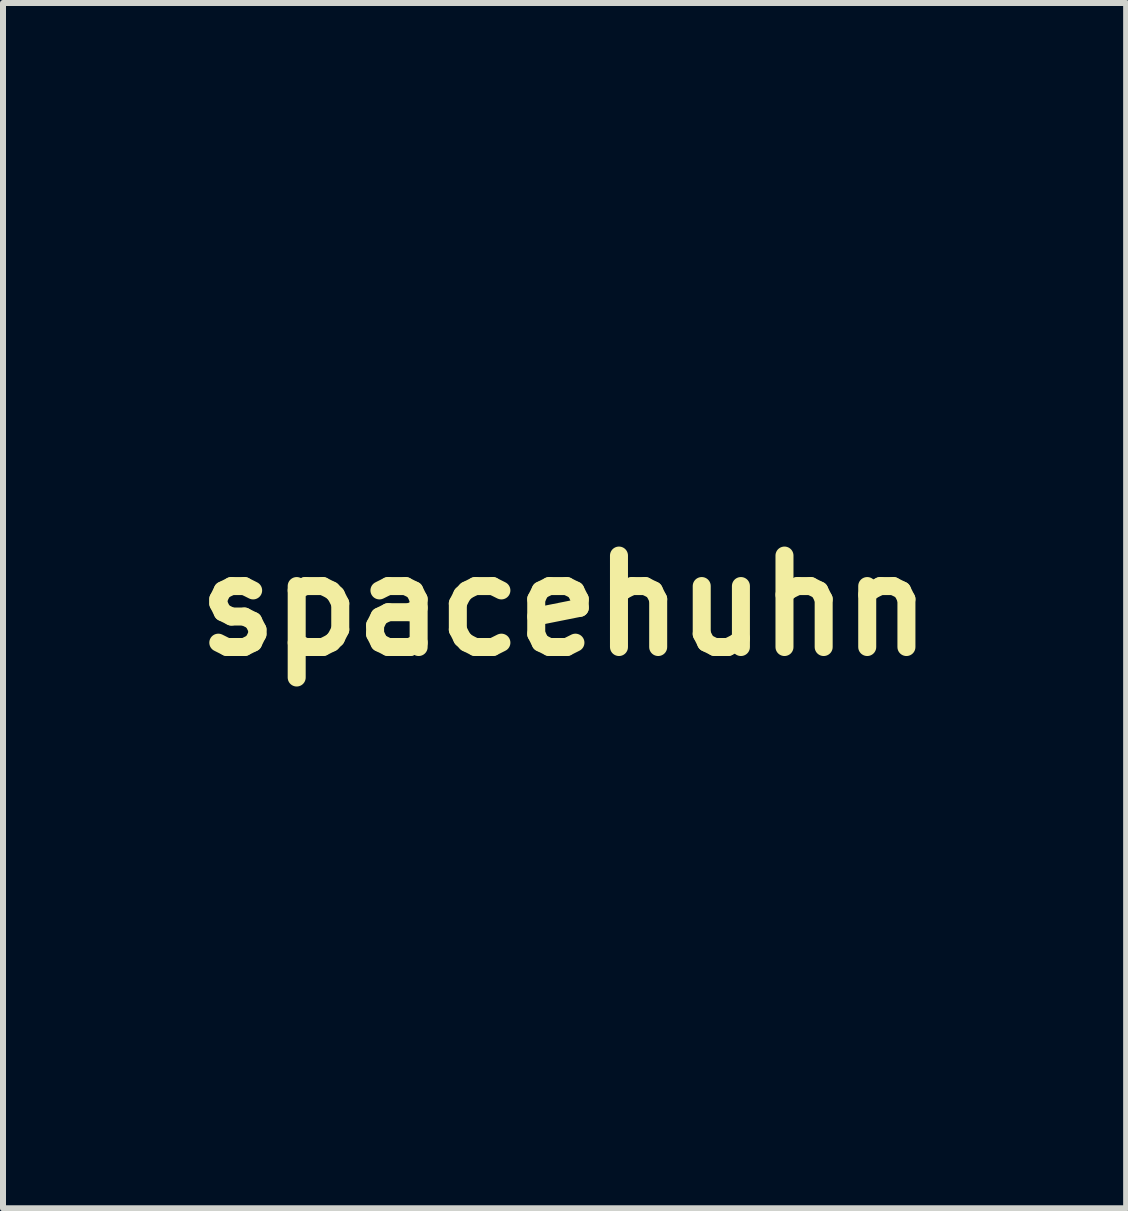
<source format=kicad_pcb>
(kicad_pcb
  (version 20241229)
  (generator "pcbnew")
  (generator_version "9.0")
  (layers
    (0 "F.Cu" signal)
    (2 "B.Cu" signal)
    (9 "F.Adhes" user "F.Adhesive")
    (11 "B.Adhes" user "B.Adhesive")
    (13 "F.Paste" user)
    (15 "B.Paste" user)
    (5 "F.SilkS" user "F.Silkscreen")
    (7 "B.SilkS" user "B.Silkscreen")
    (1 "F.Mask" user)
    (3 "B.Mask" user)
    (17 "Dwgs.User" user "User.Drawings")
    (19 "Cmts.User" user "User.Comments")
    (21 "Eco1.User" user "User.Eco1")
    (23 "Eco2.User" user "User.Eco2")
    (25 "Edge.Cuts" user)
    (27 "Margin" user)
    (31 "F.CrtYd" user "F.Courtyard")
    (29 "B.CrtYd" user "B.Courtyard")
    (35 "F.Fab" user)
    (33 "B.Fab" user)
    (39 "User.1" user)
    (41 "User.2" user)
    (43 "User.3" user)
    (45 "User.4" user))
  (footprint "spacehuhn"
    (layer "F.Cu")
    (at 6.357 7.042)
    (property "Reference" "spacehuhn" (at 0 0 0) (layer "F.SilkS") (effects (font (size 1.524 1.524) (thickness 0.3))))
    (attr through_hole)
    (fp_poly (pts (xy 0.679 -1.625) (xy 0.723 -1.606) (xy 0.757 -1.573) (xy 0.778 -1.529) (xy 0.783 -1.492) (xy 0.774 -1.443) (xy 0.748 -1.402) (xy 0.711 -1.373) (xy 0.667 -1.357) (xy 0.619 -1.357) (xy 0.58 -1.371) (xy 0.548 -1.398) (xy 0.522 -1.438) (xy 0.509 -1.481) (xy 0.508 -1.492) (xy 0.517 -1.535) (xy 0.54 -1.576) (xy 0.572 -1.608) (xy 0.583 -1.614) (xy 0.631 -1.629) (xy 0.679 -1.625)) (stroke (width 0.01) (type solid)) (fill yes) (layer "F.Mask"))
    (fp_poly (pts (xy 1.571 -1.581) (xy 1.605 -1.565) (xy 1.645 -1.529) (xy 1.667 -1.482) (xy 1.672 -1.439) (xy 1.67 -1.409) (xy 1.659 -1.385) (xy 1.636 -1.358) (xy 1.631 -1.353) (xy 1.604 -1.329) (xy 1.582 -1.317) (xy 1.555 -1.313) (xy 1.538 -1.313) (xy 1.489 -1.319) (xy 1.458 -1.335) (xy 1.421 -1.373) (xy 1.402 -1.418) (xy 1.399 -1.465) (xy 1.413 -1.51) (xy 1.442 -1.548) (xy 1.475 -1.57) (xy 1.525 -1.586) (xy 1.571 -1.581)) (stroke (width 0.01) (type solid)) (fill yes) (layer "F.Mask"))
    (fp_poly (pts (xy 2.462 -1.468) (xy 2.486 -1.458) (xy 2.513 -1.435) (xy 2.519 -1.429) (xy 2.544 -1.401) (xy 2.557 -1.378) (xy 2.561 -1.351) (xy 2.561 -1.341) (xy 2.552 -1.29) (xy 2.529 -1.248) (xy 2.494 -1.217) (xy 2.452 -1.199) (xy 2.407 -1.197) (xy 2.362 -1.212) (xy 2.356 -1.216) (xy 2.316 -1.253) (xy 2.293 -1.296) (xy 2.287 -1.341) (xy 2.296 -1.385) (xy 2.32 -1.423) (xy 2.356 -1.452) (xy 2.405 -1.469) (xy 2.434 -1.471) (xy 2.462 -1.468)) (stroke (width 0.01) (type solid)) (fill yes) (layer "F.Mask"))
    (fp_poly (pts (xy 3.351 -1.299) (xy 3.375 -1.288) (xy 3.402 -1.265) (xy 3.408 -1.259) (xy 3.433 -1.231) (xy 3.446 -1.208) (xy 3.45 -1.181) (xy 3.45 -1.172) (xy 3.441 -1.12) (xy 3.417 -1.077) (xy 3.382 -1.046) (xy 3.338 -1.03) (xy 3.291 -1.029) (xy 3.244 -1.047) (xy 3.241 -1.049) (xy 3.202 -1.084) (xy 3.181 -1.126) (xy 3.175 -1.17) (xy 3.185 -1.213) (xy 3.208 -1.252) (xy 3.244 -1.281) (xy 3.291 -1.299) (xy 3.323 -1.302) (xy 3.351 -1.299)) (stroke (width 0.01) (type solid)) (fill yes) (layer "F.Mask"))
    (fp_poly (pts (xy 2.043 -4.609) (xy 2.097 -4.584) (xy 2.139 -4.547) (xy 2.17 -4.5) (xy 2.189 -4.448) (xy 2.194 -4.392) (xy 2.186 -4.337) (xy 2.163 -4.286) (xy 2.125 -4.241) (xy 2.071 -4.206) (xy 2.005 -4.185) (xy 1.943 -4.184) (xy 1.889 -4.2) (xy 1.833 -4.236) (xy 1.793 -4.281) (xy 1.768 -4.333) (xy 1.758 -4.388) (xy 1.762 -4.444) (xy 1.78 -4.497) (xy 1.81 -4.544) (xy 1.852 -4.581) (xy 1.905 -4.607) (xy 1.969 -4.618) (xy 1.979 -4.618) (xy 2.043 -4.609)) (stroke (width 0.01) (type solid)) (fill yes) (layer "F.Mask"))
    (fp_poly (pts (xy -0.168 -3.84) (xy -0.15 -3.808) (xy -0.133 -3.756) (xy -0.133 -3.755) (xy -0.082 -3.583) (xy -0.015 -3.403) (xy 0.065 -3.221) (xy 0.157 -3.042) (xy 0.257 -2.871) (xy 0.278 -2.838) (xy 0.312 -2.782) (xy 0.333 -2.739) (xy 0.342 -2.707) (xy 0.338 -2.681) (xy 0.323 -2.658) (xy 0.313 -2.649) (xy 0.277 -2.628) (xy 0.24 -2.628) (xy 0.215 -2.641) (xy 0.198 -2.658) (xy 0.173 -2.692) (xy 0.144 -2.737) (xy 0.112 -2.79) (xy 0.08 -2.848) (xy 0.05 -2.906) (xy -0.034 -3.093) (xy -0.106 -3.291) (xy -0.164 -3.496) (xy -0.206 -3.699) (xy -0.212 -3.74) (xy -0.218 -3.783) (xy -0.219 -3.811) (xy -0.216 -3.828) (xy -0.209 -3.839) (xy -0.209 -3.839) (xy -0.188 -3.85) (xy -0.168 -3.84)) (stroke (width 0.01) (type solid)) (fill yes) (layer "F.Mask"))
    (fp_poly (pts (xy 3.06 -6.457) (xy 3.098 -6.447) (xy 3.152 -6.43) (xy 3.156 -6.428) (xy 3.363 -6.346) (xy 3.558 -6.245) (xy 3.742 -6.127) (xy 3.913 -5.993) (xy 4.072 -5.843) (xy 4.218 -5.677) (xy 4.349 -5.497) (xy 4.466 -5.302) (xy 4.567 -5.094) (xy 4.628 -4.942) (xy 4.651 -4.878) (xy 4.673 -4.806) (xy 4.694 -4.732) (xy 4.714 -4.656) (xy 4.731 -4.583) (xy 4.746 -4.516) (xy 4.756 -4.457) (xy 4.763 -4.41) (xy 4.764 -4.378) (xy 4.761 -4.363) (xy 4.743 -4.352) (xy 4.721 -4.35) (xy 4.706 -4.358) (xy 4.701 -4.37) (xy 4.692 -4.399) (xy 4.679 -4.44) (xy 4.663 -4.488) (xy 4.662 -4.493) (xy 4.576 -4.734) (xy 4.472 -4.966) (xy 4.349 -5.188) (xy 4.209 -5.399) (xy 4.053 -5.599) (xy 3.881 -5.785) (xy 3.695 -5.957) (xy 3.495 -6.115) (xy 3.282 -6.256) (xy 3.159 -6.327) (xy 3.1 -6.359) (xy 3.059 -6.384) (xy 3.031 -6.403) (xy 3.016 -6.418) (xy 3.011 -6.43) (xy 3.012 -6.439) (xy 3.021 -6.452) (xy 3.036 -6.458) (xy 3.06 -6.457)) (stroke (width 0.01) (type solid)) (fill yes) (layer "F.Mask"))
    (fp_poly (pts (xy 2.072 -4.955) (xy 2.114 -4.947) (xy 2.229 -4.913) (xy 2.333 -4.861) (xy 2.425 -4.792) (xy 2.505 -4.708) (xy 2.569 -4.609) (xy 2.618 -4.497) (xy 2.62 -4.493) (xy 2.635 -4.443) (xy 2.644 -4.398) (xy 2.648 -4.349) (xy 2.649 -4.302) (xy 2.647 -4.221) (xy 2.638 -4.152) (xy 2.62 -4.086) (xy 2.591 -4.014) (xy 2.58 -3.991) (xy 2.524 -3.897) (xy 2.452 -3.813) (xy 2.366 -3.741) (xy 2.27 -3.684) (xy 2.167 -3.644) (xy 2.138 -3.636) (xy 2.076 -3.626) (xy 2.004 -3.621) (xy 1.929 -3.622) (xy 1.86 -3.628) (xy 1.82 -3.635) (xy 1.71 -3.673) (xy 1.609 -3.729) (xy 1.519 -3.8) (xy 1.442 -3.887) (xy 1.38 -3.986) (xy 1.335 -4.097) (xy 1.334 -4.101) (xy 1.318 -4.173) (xy 1.31 -4.254) (xy 1.44 -4.254) (xy 1.445 -4.192) (xy 1.451 -4.159) (xy 1.477 -4.083) (xy 1.518 -4.005) (xy 1.571 -3.933) (xy 1.593 -3.909) (xy 1.672 -3.843) (xy 1.761 -3.794) (xy 1.857 -3.761) (xy 1.958 -3.747) (xy 2.058 -3.752) (xy 2.109 -3.762) (xy 2.211 -3.799) (xy 2.301 -3.852) (xy 2.377 -3.919) (xy 2.438 -3.999) (xy 2.483 -4.089) (xy 2.511 -4.189) (xy 2.519 -4.285) (xy 2.509 -4.395) (xy 2.481 -4.495) (xy 2.434 -4.586) (xy 2.368 -4.667) (xy 2.298 -4.727) (xy 2.211 -4.781) (xy 2.118 -4.815) (xy 2.023 -4.831) (xy 1.928 -4.83) (xy 1.835 -4.812) (xy 1.746 -4.778) (xy 1.663 -4.729) (xy 1.59 -4.665) (xy 1.528 -4.589) (xy 1.479 -4.499) (xy 1.456 -4.435) (xy 1.446 -4.384) (xy 1.441 -4.321) (xy 1.44 -4.254) (xy 1.31 -4.254) (xy 1.31 -4.255) (xy 1.31 -4.34) (xy 1.319 -4.419) (xy 1.326 -4.453) (xy 1.366 -4.565) (xy 1.423 -4.666) (xy 1.496 -4.755) (xy 1.582 -4.83) (xy 1.679 -4.89) (xy 1.787 -4.933) (xy 1.844 -4.947) (xy 1.924 -4.96) (xy 1.997 -4.962) (xy 2.072 -4.955)) (stroke (width 0.01) (type solid)) (fill yes) (layer "F.Mask"))
    (fp_poly (pts (xy -1.001 0.063) (xy -0.978 0.096) (xy -0.975 0.132) (xy -0.992 0.167) (xy -0.998 0.174) (xy -1.006 0.181) (xy -1.015 0.187) (xy -1.027 0.191) (xy -1.045 0.194) (xy -1.072 0.197) (xy -1.109 0.199) (xy -1.161 0.201) (xy -1.228 0.202) (xy -1.313 0.204) (xy -1.324 0.204) (xy -1.569 0.214) (xy -1.798 0.235) (xy -2.013 0.267) (xy -2.216 0.311) (xy -2.409 0.367) (xy -2.596 0.436) (xy -2.777 0.518) (xy -2.789 0.524) (xy -2.906 0.586) (xy -3.007 0.646) (xy -3.097 0.708) (xy -3.181 0.775) (xy -3.264 0.851) (xy -3.281 0.868) (xy -3.334 0.924) (xy -3.388 0.988) (xy -3.44 1.054) (xy -3.487 1.118) (xy -3.525 1.177) (xy -3.551 1.226) (xy -3.555 1.236) (xy -3.562 1.256) (xy -3.562 1.272) (xy -3.551 1.291) (xy -3.531 1.317) (xy -3.458 1.393) (xy -3.369 1.469) (xy -3.267 1.54) (xy -3.157 1.604) (xy -3.043 1.659) (xy -2.938 1.698) (xy -2.811 1.732) (xy -2.671 1.757) (xy -2.526 1.773) (xy -2.381 1.778) (xy -2.245 1.772) (xy -2.226 1.77) (xy -2.129 1.76) (xy -2.035 1.674) (xy -1.892 1.552) (xy -1.744 1.446) (xy -1.586 1.351) (xy -1.466 1.29) (xy -1.401 1.26) (xy -1.351 1.239) (xy -1.313 1.228) (xy -1.285 1.225) (xy -1.263 1.23) (xy -1.245 1.243) (xy -1.238 1.249) (xy -1.221 1.279) (xy -1.219 1.314) (xy -1.231 1.345) (xy -1.244 1.355) (xy -1.274 1.372) (xy -1.315 1.394) (xy -1.363 1.419) (xy -1.386 1.43) (xy -1.444 1.459) (xy -1.503 1.489) (xy -1.556 1.517) (xy -1.596 1.541) (xy -1.603 1.545) (xy -1.758 1.65) (xy -1.899 1.769) (xy -2.025 1.898) (xy -2.134 2.036) (xy -2.185 2.114) (xy -2.204 2.147) (xy -2.217 2.172) (xy -2.222 2.184) (xy -2.221 2.184) (xy -2.21 2.189) (xy -2.184 2.2) (xy -2.146 2.215) (xy -2.117 2.226) (xy -1.88 2.304) (xy -1.632 2.366) (xy -1.372 2.413) (xy -1.323 2.42) (xy -1.254 2.427) (xy -1.168 2.432) (xy -1.07 2.436) (xy -0.966 2.439) (xy -0.86 2.439) (xy -0.756 2.438) (xy -0.659 2.435) (xy -0.575 2.431) (xy -0.513 2.425) (xy -0.248 2.383) (xy 0.01 2.322) (xy 0.264 2.241) (xy 0.514 2.14) (xy 0.657 2.072) (xy 0.826 1.982) (xy 0.976 1.888) (xy 1.106 1.793) (xy 1.216 1.695) (xy 1.306 1.595) (xy 1.375 1.493) (xy 1.424 1.39) (xy 1.452 1.286) (xy 1.458 1.233) (xy 1.459 1.176) (xy 1.455 1.124) (xy 1.444 1.072) (xy 1.424 1.016) (xy 1.395 0.953) (xy 1.355 0.877) (xy 1.347 0.862) (xy 1.34 0.832) (xy 1.35 0.8) (xy 1.372 0.772) (xy 1.401 0.754) (xy 1.42 0.751) (xy 1.446 0.761) (xy 1.476 0.788) (xy 1.507 0.828) (xy 1.538 0.879) (xy 1.567 0.937) (xy 1.591 0.999) (xy 1.603 1.042) (xy 1.62 1.149) (xy 1.617 1.26) (xy 1.596 1.374) (xy 1.556 1.487) (xy 1.5 1.597) (xy 1.45 1.672) (xy 1.362 1.776) (xy 1.254 1.878) (xy 1.13 1.977) (xy 0.99 2.072) (xy 0.837 2.161) (xy 0.673 2.245) (xy 0.499 2.322) (xy 0.318 2.392) (xy 0.132 2.453) (xy -0.058 2.505) (xy -0.249 2.546) (xy -0.44 2.577) (xy -0.595 2.593) (xy -0.654 2.596) (xy -0.728 2.599) (xy -0.811 2.601) (xy -0.898 2.601) (xy -0.984 2.601) (xy -1.062 2.6) (xy -1.129 2.598) (xy -1.164 2.596) (xy -1.341 2.579) (xy -1.523 2.551) (xy -1.707 2.514) (xy -1.886 2.47) (xy -2.057 2.418) (xy -2.215 2.361) (xy -2.309 2.321) (xy -2.354 2.298) (xy -2.386 2.276) (xy -2.404 2.251) (xy -2.409 2.221) (xy -2.401 2.183) (xy -2.38 2.135) (xy -2.346 2.073) (xy -2.324 2.035) (xy -2.268 1.942) (xy -2.465 1.936) (xy -2.647 1.923) (xy -2.816 1.897) (xy -2.973 1.856) (xy -3.122 1.801) (xy -3.265 1.73) (xy -3.363 1.669) (xy -3.422 1.627) (xy -3.483 1.579) (xy -3.542 1.528) (xy -3.599 1.474) (xy -3.649 1.422) (xy -3.691 1.373) (xy -3.723 1.33) (xy -3.742 1.296) (xy -3.746 1.277) (xy -3.741 1.255) (xy -3.725 1.219) (xy -3.703 1.173) (xy -3.674 1.121) (xy -3.643 1.067) (xy -3.61 1.014) (xy -3.582 0.973) (xy -3.53 0.905) (xy -3.467 0.832) (xy -3.397 0.757) (xy -3.326 0.689) (xy -3.265 0.635) (xy -3.109 0.52) (xy -2.936 0.417) (xy -2.748 0.325) (xy -2.545 0.245) (xy -2.329 0.178) (xy -2.102 0.123) (xy -1.864 0.082) (xy -1.617 0.054) (xy -1.362 0.04) (xy -1.274 0.039) (xy -1.028 0.037) (xy -1.001 0.063)) (stroke (width 0.01) (type solid)) (fill yes) (layer "F.Mask"))
    (fp_poly (pts (xy 2.526 -7.029) (xy 2.776 -7) (xy 2.922 -6.974) (xy 3.155 -6.915) (xy 3.383 -6.836) (xy 3.604 -6.739) (xy 3.816 -6.624) (xy 4.019 -6.492) (xy 4.211 -6.344) (xy 4.391 -6.181) (xy 4.558 -6.005) (xy 4.711 -5.815) (xy 4.847 -5.614) (xy 4.961 -5.412) (xy 5.064 -5.19) (xy 5.148 -4.968) (xy 5.211 -4.744) (xy 5.256 -4.514) (xy 5.282 -4.276) (xy 5.288 -4.148) (xy 5.286 -3.898) (xy 5.263 -3.651) (xy 5.22 -3.409) (xy 5.156 -3.171) (xy 5.072 -2.939) (xy 4.968 -2.713) (xy 4.845 -2.494) (xy 4.702 -2.282) (xy 4.658 -2.224) (xy 4.613 -2.168) (xy 4.555 -2.103) (xy 4.489 -2.032) (xy 4.419 -1.96) (xy 4.348 -1.889) (xy 4.28 -1.825) (xy 4.219 -1.771) (xy 4.212 -1.765) (xy 4.155 -1.719) (xy 4.086 -1.668) (xy 4.011 -1.614) (xy 3.937 -1.563) (xy 3.868 -1.518) (xy 3.819 -1.488) (xy 3.791 -1.471) (xy 3.777 -1.457) (xy 3.773 -1.44) (xy 3.775 -1.42) (xy 3.779 -1.382) (xy 3.783 -1.329) (xy 3.788 -1.265) (xy 3.793 -1.192) (xy 3.798 -1.113) (xy 3.803 -1.032) (xy 3.808 -0.951) (xy 3.812 -0.873) (xy 3.816 -0.801) (xy 3.818 -0.737) (xy 3.82 -0.686) (xy 3.821 -0.649) (xy 3.82 -0.629) (xy 3.82 -0.628) (xy 3.803 -0.607) (xy 3.783 -0.597) (xy 3.767 -0.592) (xy 3.759 -0.583) (xy 3.758 -0.566) (xy 3.76 -0.534) (xy 3.761 -0.525) (xy 3.77 -0.428) (xy 3.776 -0.313) (xy 3.781 -0.186) (xy 3.784 -0.05) (xy 3.786 0.09) (xy 3.786 0.23) (xy 3.784 0.367) (xy 3.78 0.495) (xy 3.774 0.611) (xy 3.768 0.693) (xy 3.741 0.945) (xy 3.705 1.18) (xy 3.659 1.4) (xy 3.603 1.606) (xy 3.536 1.802) (xy 3.457 1.989) (xy 3.364 2.17) (xy 3.259 2.346) (xy 3.138 2.52) (xy 3.054 2.63) (xy 3.004 2.69) (xy 2.94 2.761) (xy 2.869 2.836) (xy 2.792 2.913) (xy 2.715 2.988) (xy 2.641 3.057) (xy 2.574 3.116) (xy 2.541 3.142) (xy 2.373 3.267) (xy 2.196 3.382) (xy 2.015 3.484) (xy 1.835 3.572) (xy 1.688 3.631) (xy 1.647 3.646) (xy 1.614 3.658) (xy 1.594 3.666) (xy 1.59 3.667) (xy 1.588 3.678) (xy 1.582 3.705) (xy 1.575 3.744) (xy 1.567 3.79) (xy 1.536 3.94) (xy 1.497 4.073) (xy 1.449 4.19) (xy 1.391 4.293) (xy 1.347 4.354) (xy 1.293 4.415) (xy 1.235 4.471) (xy 1.179 4.515) (xy 1.162 4.527) (xy 1.131 4.548) (xy 1.109 4.566) (xy 1.101 4.577) (xy 1.103 4.591) (xy 1.109 4.621) (xy 1.119 4.665) (xy 1.131 4.718) (xy 1.145 4.778) (xy 1.159 4.84) (xy 1.174 4.903) (xy 1.188 4.961) (xy 1.2 5.011) (xy 1.21 5.051) (xy 1.216 5.077) (xy 1.219 5.085) (xy 1.23 5.087) (xy 1.26 5.092) (xy 1.306 5.1) (xy 1.367 5.109) (xy 1.441 5.121) (xy 1.526 5.134) (xy 1.619 5.149) (xy 1.719 5.164) (xy 1.719 5.164) (xy 1.82 5.18) (xy 1.914 5.195) (xy 2.001 5.208) (xy 2.076 5.221) (xy 2.14 5.232) (xy 2.189 5.24) (xy 2.221 5.246) (xy 2.234 5.25) (xy 2.25 5.266) (xy 2.264 5.29) (xy 2.27 5.328) (xy 2.257 5.362) (xy 2.228 5.387) (xy 2.204 5.397) (xy 2.179 5.403) (xy 2.139 5.413) (xy 2.088 5.426) (xy 2.032 5.44) (xy 2.018 5.444) (xy 1.965 5.457) (xy 1.92 5.469) (xy 1.887 5.479) (xy 1.868 5.485) (xy 1.866 5.486) (xy 1.87 5.496) (xy 1.885 5.521) (xy 1.909 5.558) (xy 1.94 5.607) (xy 1.976 5.663) (xy 2.015 5.721) (xy 2.071 5.806) (xy 2.115 5.874) (xy 2.146 5.925) (xy 2.164 5.96) (xy 2.17 5.979) (xy 2.16 6.011) (xy 2.136 6.037) (xy 2.104 6.052) (xy 2.092 6.054) (xy 2.075 6.049) (xy 2.042 6.036) (xy 1.994 6.014) (xy 1.93 5.982) (xy 1.849 5.941) (xy 1.751 5.89) (xy 1.635 5.83) (xy 1.525 5.771) (xy 1.436 5.724) (xy 1.443 5.828) (xy 1.447 5.887) (xy 1.452 5.952) (xy 1.456 6.01) (xy 1.457 6.024) (xy 1.459 6.068) (xy 1.46 6.097) (xy 1.456 6.116) (xy 1.448 6.13) (xy 1.436 6.143) (xy 1.402 6.166) (xy 1.368 6.169) (xy 1.332 6.15) (xy 1.311 6.13) (xy 1.295 6.112) (xy 1.267 6.081) (xy 1.23 6.037) (xy 1.185 5.985) (xy 1.135 5.925) (xy 1.082 5.862) (xy 1.061 5.837) (xy 0.848 5.583) (xy 0.613 5.462) (xy 0.547 5.428) (xy 0.487 5.396) (xy 0.435 5.368) (xy 0.394 5.345) (xy 0.367 5.329) (xy 0.358 5.322) (xy 0.355 5.317) (xy 0.691 5.317) (xy 0.698 5.323) (xy 0.721 5.337) (xy 0.756 5.357) (xy 0.801 5.38) (xy 0.822 5.391) (xy 0.958 5.459) (xy 1.116 5.651) (xy 1.161 5.705) (xy 1.201 5.753) (xy 1.235 5.793) (xy 1.26 5.822) (xy 1.275 5.839) (xy 1.279 5.842) (xy 1.28 5.832) (xy 1.279 5.805) (xy 1.278 5.764) (xy 1.276 5.714) (xy 1.275 5.7) (xy 1.272 5.643) (xy 1.271 5.603) (xy 1.272 5.576) (xy 1.275 5.559) (xy 1.281 5.547) (xy 1.29 5.537) (xy 1.29 5.536) (xy 1.305 5.524) (xy 1.322 5.517) (xy 1.343 5.515) (xy 1.37 5.521) (xy 1.406 5.534) (xy 1.454 5.555) (xy 1.514 5.585) (xy 1.59 5.625) (xy 1.609 5.634) (xy 1.672 5.667) (xy 1.729 5.697) (xy 1.776 5.721) (xy 1.812 5.74) (xy 1.834 5.75) (xy 1.839 5.752) (xy 1.834 5.743) (xy 1.82 5.72) (xy 1.797 5.685) (xy 1.769 5.642) (xy 1.752 5.617) (xy 1.719 5.568) (xy 1.69 5.523) (xy 1.668 5.487) (xy 1.654 5.462) (xy 1.651 5.455) (xy 1.646 5.419) (xy 1.661 5.387) (xy 1.696 5.363) (xy 1.719 5.354) (xy 1.735 5.349) (xy 1.748 5.344) (xy 1.755 5.341) (xy 1.755 5.337) (xy 1.746 5.333) (xy 1.727 5.329) (xy 1.695 5.323) (xy 1.649 5.315) (xy 1.587 5.306) (xy 1.507 5.294) (xy 1.423 5.281) (xy 1.347 5.269) (xy 1.276 5.258) (xy 1.215 5.248) (xy 1.165 5.239) (xy 1.131 5.232) (xy 1.114 5.228) (xy 1.114 5.228) (xy 1.104 5.224) (xy 1.096 5.217) (xy 1.089 5.207) (xy 1.081 5.191) (xy 1.073 5.166) (xy 1.063 5.13) (xy 1.051 5.082) (xy 1.035 5.018) (xy 1.016 4.937) (xy 1.006 4.894) (xy 0.989 4.821) (xy 0.974 4.756) (xy 0.961 4.7) (xy 0.95 4.657) (xy 0.943 4.629) (xy 0.94 4.619) (xy 0.926 4.617) (xy 0.9 4.618) (xy 0.867 4.622) (xy 0.834 4.627) (xy 0.808 4.633) (xy 0.794 4.639) (xy 0.794 4.64) (xy 0.796 4.654) (xy 0.803 4.685) (xy 0.814 4.73) (xy 0.828 4.788) (xy 0.844 4.856) (xy 0.862 4.93) (xy 0.862 4.93) (xy 0.885 5.023) (xy 0.902 5.097) (xy 0.914 5.155) (xy 0.919 5.199) (xy 0.918 5.232) (xy 0.909 5.255) (xy 0.893 5.27) (xy 0.869 5.281) (xy 0.837 5.289) (xy 0.795 5.296) (xy 0.788 5.297) (xy 0.747 5.304) (xy 0.713 5.311) (xy 0.694 5.316) (xy 0.691 5.317) (xy 0.355 5.317) (xy 0.341 5.291) (xy 0.342 5.256) (xy 0.359 5.224) (xy 0.364 5.218) (xy 0.377 5.209) (xy 0.396 5.201) (xy 0.423 5.193) (xy 0.462 5.185) (xy 0.516 5.175) (xy 0.569 5.167) (xy 0.748 5.14) (xy 0.683 4.876) (xy 0.619 4.612) (xy 0.545 4.589) (xy 0.426 4.54) (xy 0.318 4.474) (xy 0.221 4.389) (xy 0.135 4.287) (xy 0.06 4.167) (xy -0.000381 4.037) (xy -0.015 3.998) (xy -0.026 3.966) (xy -0.032 3.946) (xy -0.032 3.944) (xy -0.036 3.939) (xy -0.051 3.935) (xy -0.078 3.931) (xy -0.106 3.929) (xy 0.129 3.929) (xy 0.139 3.957) (xy 0.195 4.08) (xy 0.262 4.188) (xy 0.341 4.28) (xy 0.429 4.354) (xy 0.526 4.41) (xy 0.632 4.447) (xy 0.646 4.45) (xy 0.705 4.459) (xy 0.776 4.462) (xy 0.85 4.459) (xy 0.918 4.452) (xy 0.97 4.44) (xy 1.052 4.405) (xy 1.129 4.351) (xy 1.2 4.279) (xy 1.263 4.194) (xy 1.302 4.122) (xy 1.319 4.083) (xy 1.337 4.035) (xy 1.355 3.98) (xy 1.372 3.924) (xy 1.387 3.868) (xy 1.4 3.817) (xy 1.409 3.774) (xy 1.413 3.743) (xy 1.411 3.727) (xy 1.409 3.725) (xy 1.396 3.728) (xy 1.367 3.735) (xy 1.325 3.745) (xy 1.275 3.758) (xy 1.259 3.762) (xy 1.054 3.81) (xy 0.836 3.852) (xy 0.612 3.885) (xy 0.388 3.91) (xy 0.305 3.917) (xy 0.129 3.929) (xy -0.106 3.929) (xy -0.119 3.929) (xy -0.177 3.926) (xy -0.253 3.923) (xy -0.267 3.923) (xy -0.458 3.914) (xy -0.648 3.898) (xy -0.832 3.876) (xy -0.983 3.852) (xy -1.032 3.844) (xy -1.072 3.839) (xy -1.1 3.837) (xy -1.112 3.839) (xy -1.118 3.85) (xy -1.131 3.879) (xy -1.149 3.922) (xy -1.173 3.977) (xy -1.2 4.042) (xy -1.23 4.113) (xy -1.238 4.132) (xy -1.279 4.231) (xy -1.313 4.312) (xy -1.342 4.379) (xy -1.367 4.434) (xy -1.389 4.48) (xy -1.409 4.518) (xy -1.428 4.552) (xy -1.448 4.584) (xy -1.47 4.616) (xy -1.477 4.625) (xy -1.537 4.701) (xy -1.607 4.773) (xy -1.682 4.837) (xy -1.757 4.889) (xy -1.82 4.921) (xy -1.843 4.934) (xy -1.85 4.949) (xy -1.849 4.963) (xy -1.846 4.98) (xy -1.84 5.015) (xy -1.831 5.065) (xy -1.821 5.128) (xy -1.809 5.2) (xy -1.796 5.278) (xy -1.792 5.3) (xy -1.778 5.389) (xy -1.766 5.46) (xy -1.756 5.514) (xy -1.748 5.553) (xy -1.741 5.581) (xy -1.735 5.599) (xy -1.729 5.609) (xy -1.723 5.614) (xy -1.72 5.615) (xy -1.705 5.617) (xy -1.672 5.622) (xy -1.622 5.629) (xy -1.558 5.637) (xy -1.482 5.647) (xy -1.396 5.659) (xy -1.302 5.671) (xy -1.238 5.679) (xy -1.141 5.692) (xy -1.05 5.704) (xy -0.966 5.716) (xy -0.893 5.726) (xy -0.833 5.735) (xy -0.788 5.743) (xy -0.76 5.748) (xy -0.752 5.751) (xy -0.725 5.773) (xy -0.712 5.808) (xy -0.714 5.846) (xy -0.715 5.85) (xy -0.721 5.861) (xy -0.733 5.873) (xy -0.754 5.888) (xy -0.786 5.907) (xy -0.83 5.932) (xy -0.89 5.963) (xy -0.933 5.985) (xy -1.142 6.091) (xy -0.836 6.405) (xy -0.757 6.486) (xy -0.692 6.554) (xy -0.64 6.609) (xy -0.599 6.653) (xy -0.569 6.687) (xy -0.548 6.712) (xy -0.535 6.731) (xy -0.53 6.743) (xy -0.529 6.747) (xy -0.537 6.775) (xy -0.558 6.802) (xy -0.584 6.821) (xy -0.602 6.826) (xy -0.616 6.822) (xy -0.646 6.808) (xy -0.692 6.788) (xy -0.75 6.76) (xy -0.82 6.727) (xy -0.899 6.688) (xy -0.985 6.646) (xy -1.077 6.6) (xy -1.081 6.599) (xy -1.172 6.553) (xy -1.257 6.511) (xy -1.335 6.473) (xy -1.403 6.44) (xy -1.459 6.413) (xy -1.503 6.392) (xy -1.531 6.379) (xy -1.542 6.375) (xy -1.542 6.375) (xy -1.54 6.386) (xy -1.531 6.414) (xy -1.517 6.457) (xy -1.499 6.512) (xy -1.476 6.577) (xy -1.451 6.65) (xy -1.445 6.667) (xy -1.414 6.756) (xy -1.39 6.827) (xy -1.372 6.883) (xy -1.36 6.926) (xy -1.354 6.958) (xy -1.353 6.981) (xy -1.357 6.998) (xy -1.365 7.01) (xy -1.377 7.021) (xy -1.379 7.022) (xy -1.414 7.037) (xy -1.45 7.032) (xy -1.487 7.006) (xy -1.494 6.998) (xy -1.509 6.982) (xy -1.535 6.952) (xy -1.573 6.909) (xy -1.619 6.855) (xy -1.673 6.792) (xy -1.733 6.721) (xy -1.798 6.645) (xy -1.866 6.565) (xy -1.873 6.556) (xy -2.213 6.154) (xy -2.506 5.998) (xy -2.58 5.958) (xy -2.648 5.921) (xy -2.708 5.886) (xy -2.759 5.857) (xy -2.797 5.833) (xy -2.806 5.827) (xy -2.482 5.827) (xy -2.365 5.889) (xy -2.3 5.924) (xy -2.246 5.953) (xy -2.202 5.977) (xy -2.166 6) (xy -2.134 6.023) (xy -2.104 6.048) (xy -2.073 6.078) (xy -2.039 6.115) (xy -1.998 6.161) (xy -1.95 6.219) (xy -1.89 6.289) (xy -1.885 6.295) (xy -1.831 6.359) (xy -1.781 6.417) (xy -1.737 6.468) (xy -1.701 6.51) (xy -1.675 6.54) (xy -1.659 6.558) (xy -1.655 6.562) (xy -1.657 6.552) (xy -1.665 6.528) (xy -1.677 6.491) (xy -1.687 6.464) (xy -1.715 6.385) (xy -1.737 6.323) (xy -1.753 6.276) (xy -1.763 6.242) (xy -1.769 6.217) (xy -1.772 6.2) (xy -1.771 6.187) (xy -1.768 6.177) (xy -1.746 6.146) (xy -1.711 6.13) (xy -1.694 6.128) (xy -1.68 6.132) (xy -1.649 6.145) (xy -1.604 6.166) (xy -1.547 6.193) (xy -1.481 6.224) (xy -1.408 6.26) (xy -1.355 6.287) (xy -1.279 6.324) (xy -1.209 6.359) (xy -1.148 6.389) (xy -1.097 6.414) (xy -1.059 6.432) (xy -1.036 6.443) (xy -1.03 6.445) (xy -1.035 6.438) (xy -1.053 6.418) (xy -1.082 6.387) (xy -1.119 6.348) (xy -1.164 6.302) (xy -1.189 6.277) (xy -1.243 6.222) (xy -1.284 6.179) (xy -1.314 6.147) (xy -1.334 6.123) (xy -1.346 6.105) (xy -1.352 6.09) (xy -1.355 6.077) (xy -1.355 6.072) (xy -1.354 6.055) (xy -1.35 6.04) (xy -1.341 6.027) (xy -1.323 6.012) (xy -1.294 5.994) (xy -1.252 5.97) (xy -1.194 5.939) (xy -1.188 5.936) (xy -1.056 5.866) (xy -1.134 5.855) (xy -1.165 5.851) (xy -1.213 5.844) (xy -1.275 5.836) (xy -1.348 5.826) (xy -1.428 5.816) (xy -1.511 5.805) (xy -1.523 5.803) (xy -1.615 5.791) (xy -1.688 5.782) (xy -1.744 5.773) (xy -1.786 5.766) (xy -1.817 5.759) (xy -1.838 5.753) (xy -1.853 5.747) (xy -1.861 5.741) (xy -1.868 5.734) (xy -1.875 5.723) (xy -1.881 5.707) (xy -1.888 5.684) (xy -1.896 5.65) (xy -1.904 5.605) (xy -1.915 5.545) (xy -1.928 5.469) (xy -1.943 5.381) (xy -1.957 5.298) (xy -1.97 5.22) (xy -1.982 5.15) (xy -1.991 5.091) (xy -1.999 5.046) (xy -2.004 5.018) (xy -2.005 5.01) (xy -2.011 4.978) (xy -2.111 4.978) (xy -2.162 4.978) (xy -2.194 4.981) (xy -2.206 4.987) (xy -2.206 4.989) (xy -2.2 5.01) (xy -2.19 5.048) (xy -2.178 5.1) (xy -2.163 5.163) (xy -2.147 5.233) (xy -2.13 5.308) (xy -2.113 5.385) (xy -2.096 5.461) (xy -2.08 5.532) (xy -2.067 5.596) (xy -2.055 5.649) (xy -2.047 5.69) (xy -2.043 5.714) (xy -2.043 5.719) (xy -2.044 5.742) (xy -2.05 5.76) (xy -2.064 5.774) (xy -2.087 5.785) (xy -2.122 5.793) (xy -2.172 5.8) (xy -2.239 5.807) (xy -2.284 5.811) (xy -2.482 5.827) (xy -2.806 5.827) (xy -2.819 5.818) (xy -2.824 5.814) (xy -2.841 5.781) (xy -2.838 5.745) (xy -2.816 5.711) (xy -2.807 5.705) (xy -2.794 5.699) (xy -2.773 5.694) (xy -2.742 5.69) (xy -2.699 5.685) (xy -2.64 5.679) (xy -2.565 5.672) (xy -2.515 5.668) (xy -2.44 5.662) (xy -2.372 5.656) (xy -2.314 5.65) (xy -2.269 5.645) (xy -2.239 5.641) (xy -2.227 5.639) (xy -2.228 5.627) (xy -2.233 5.597) (xy -2.242 5.552) (xy -2.255 5.493) (xy -2.27 5.423) (xy -2.288 5.345) (xy -2.303 5.277) (xy -2.387 4.921) (xy -2.446 4.884) (xy -2.54 4.814) (xy -2.624 4.727) (xy -2.697 4.627) (xy -2.756 4.515) (xy -2.799 4.396) (xy -2.82 4.306) (xy -2.822 4.284) (xy -2.826 4.245) (xy -2.831 4.193) (xy -2.836 4.133) (xy -2.841 4.068) (xy -2.846 4.004) (xy -2.851 3.943) (xy -2.854 3.891) (xy -2.857 3.851) (xy -2.857 3.829) (xy -2.859 3.812) (xy -2.866 3.804) (xy -2.885 3.804) (xy -2.908 3.806) (xy -2.96 3.807) (xy -3.011 3.796) (xy -3.055 3.778) (xy -3.089 3.753) (xy -3.109 3.725) (xy -3.111 3.708) (xy -3.107 3.686) (xy -3.097 3.651) (xy -3.082 3.611) (xy -3.079 3.606) (xy -3.062 3.563) (xy -3.045 3.513) (xy -3.029 3.461) (xy -3.016 3.413) (xy -3.008 3.375) (xy -3.006 3.356) (xy -3.015 3.342) (xy -3.041 3.324) (xy -3.079 3.304) (xy -3.261 3.205) (xy -3.432 3.088) (xy -3.592 2.955) (xy -3.739 2.806) (xy -3.872 2.643) (xy -3.989 2.467) (xy -4.033 2.39) (xy -4.113 2.228) (xy -4.183 2.055) (xy -4.241 1.877) (xy -4.286 1.699) (xy -4.312 1.553) (xy -4.322 1.514) (xy -4.338 1.481) (xy -4.343 1.474) (xy -4.381 1.426) (xy -4.426 1.363) (xy -4.477 1.289) (xy -4.531 1.206) (xy -4.587 1.118) (xy -4.643 1.028) (xy -4.695 0.941) (xy -4.742 0.858) (xy -4.755 0.835) (xy -4.887 0.578) (xy -5.001 0.321) (xy -5.097 0.064) (xy -5.174 -0.19) (xy -5.232 -0.441) (xy -5.27 -0.688) (xy -5.29 -0.93) (xy -5.291 -1.021) (xy -5.134 -1.021) (xy -5.128 -0.9) (xy -5.105 -0.655) (xy -5.061 -0.407) (xy -4.997 -0.155) (xy -4.914 0.1) (xy -4.811 0.357) (xy -4.756 0.476) (xy -4.622 0.742) (xy -4.477 0.994) (xy -4.321 1.231) (xy -4.241 1.342) (xy -4.167 1.441) (xy -4.148 1.554) (xy -4.103 1.773) (xy -4.04 1.98) (xy -3.961 2.177) (xy -3.865 2.361) (xy -3.754 2.533) (xy -3.627 2.691) (xy -3.485 2.835) (xy -3.33 2.964) (xy -3.16 3.078) (xy -3.122 3.1) (xy -3.067 3.131) (xy -3.028 3.153) (xy -3.002 3.165) (xy -2.986 3.167) (xy -2.977 3.159) (xy -2.973 3.143) (xy -2.97 3.116) (xy -2.969 3.104) (xy -2.967 3.074) (xy -2.965 3.026) (xy -2.964 2.964) (xy -2.964 2.893) (xy -2.964 2.817) (xy -2.965 2.759) (xy -2.969 2.485) (xy -2.944 2.465) (xy -2.908 2.447) (xy -2.872 2.45) (xy -2.842 2.469) (xy -2.832 2.479) (xy -2.824 2.49) (xy -2.818 2.507) (xy -2.814 2.533) (xy -2.81 2.571) (xy -2.806 2.625) (xy -2.804 2.656) (xy -2.799 2.773) (xy -2.799 2.896) (xy -2.804 3.021) (xy -2.813 3.145) (xy -2.827 3.264) (xy -2.844 3.376) (xy -2.865 3.476) (xy -2.888 3.56) (xy -2.904 3.604) (xy -2.913 3.629) (xy -2.912 3.639) (xy -2.907 3.641) (xy -2.884 3.633) (xy -2.851 3.614) (xy -2.815 3.586) (xy -2.779 3.554) (xy -2.751 3.524) (xy -2.708 3.473) (xy -2.676 3.438) (xy -2.651 3.415) (xy -2.631 3.402) (xy -2.613 3.397) (xy -2.609 3.397) (xy -2.58 3.406) (xy -2.552 3.428) (xy -2.533 3.456) (xy -2.529 3.474) (xy -2.538 3.505) (xy -2.563 3.547) (xy -2.603 3.598) (xy -2.646 3.646) (xy -2.707 3.709) (xy -2.688 3.971) (xy -2.679 4.08) (xy -2.671 4.17) (xy -2.662 4.245) (xy -2.652 4.307) (xy -2.641 4.36) (xy -2.627 4.406) (xy -2.611 4.449) (xy -2.59 4.49) (xy -2.566 4.534) (xy -2.562 4.539) (xy -2.514 4.607) (xy -2.455 4.671) (xy -2.389 4.726) (xy -2.321 4.77) (xy -2.254 4.8) (xy -2.222 4.808) (xy -2.176 4.813) (xy -2.117 4.814) (xy -2.055 4.811) (xy -1.999 4.806) (xy -1.963 4.799) (xy -1.87 4.764) (xy -1.781 4.711) (xy -1.697 4.64) (xy -1.622 4.554) (xy -1.557 4.455) (xy -1.537 4.419) (xy -1.526 4.395) (xy -1.507 4.353) (xy -1.483 4.296) (xy -1.453 4.226) (xy -1.418 4.146) (xy -1.38 4.056) (xy -1.34 3.96) (xy -1.298 3.859) (xy -1.284 3.826) (xy -1.238 3.716) (xy -1.194 3.612) (xy -1.153 3.518) (xy -1.116 3.434) (xy -1.084 3.363) (xy -1.058 3.306) (xy -1.038 3.265) (xy -1.026 3.242) (xy -0.958 3.156) (xy -0.876 3.081) (xy -0.784 3.017) (xy -0.684 2.969) (xy -0.582 2.939) (xy -0.563 2.936) (xy -0.532 2.933) (xy -0.511 2.941) (xy -0.493 2.956) (xy -0.47 2.991) (xy -0.466 3.025) (xy -0.481 3.056) (xy -0.514 3.082) (xy -0.562 3.1) (xy -0.566 3.101) (xy -0.649 3.129) (xy -0.732 3.174) (xy -0.807 3.231) (xy -0.867 3.296) (xy -0.892 3.333) (xy -0.921 3.387) (xy -0.953 3.454) (xy -0.979 3.515) (xy -1.002 3.569) (xy -1.021 3.615) (xy -1.035 3.651) (xy -1.043 3.673) (xy -1.045 3.678) (xy -1.033 3.681) (xy -1.003 3.686) (xy -0.96 3.693) (xy -0.906 3.701) (xy -0.847 3.71) (xy -0.785 3.719) (xy -0.724 3.728) (xy -0.668 3.735) (xy -0.621 3.741) (xy -0.614 3.742) (xy -0.533 3.749) (xy -0.435 3.755) (xy -0.326 3.76) (xy -0.21 3.764) (xy -0.093 3.765) (xy 0.022 3.766) (xy 0.129 3.764) (xy 0.223 3.761) (xy 0.275 3.758) (xy 0.496 3.737) (xy 0.716 3.708) (xy 0.933 3.67) (xy 1.143 3.625) (xy 1.343 3.574) (xy 1.529 3.516) (xy 1.699 3.454) (xy 1.718 3.446) (xy 1.936 3.344) (xy 2.147 3.224) (xy 2.348 3.086) (xy 2.539 2.933) (xy 2.718 2.765) (xy 2.883 2.584) (xy 3.034 2.392) (xy 3.168 2.19) (xy 3.284 1.979) (xy 3.348 1.841) (xy 3.417 1.662) (xy 3.476 1.465) (xy 3.526 1.252) (xy 3.566 1.025) (xy 3.597 0.785) (xy 3.617 0.534) (xy 3.627 0.273) (xy 3.627 0.003) (xy 3.626 -0.037) (xy 3.623 -0.129) (xy 3.619 -0.22) (xy 3.614 -0.309) (xy 3.609 -0.393) (xy 3.604 -0.468) (xy 3.598 -0.534) (xy 3.592 -0.587) (xy 3.587 -0.624) (xy 3.582 -0.644) (xy 3.581 -0.645) (xy 3.565 -0.652) (xy 3.531 -0.663) (xy 3.481 -0.676) (xy 3.416 -0.692) (xy 3.34 -0.71) (xy 3.255 -0.729) (xy 3.162 -0.749) (xy 3.064 -0.77) (xy 2.963 -0.791) (xy 2.862 -0.811) (xy 2.763 -0.831) (xy 2.668 -0.848) (xy 2.59 -0.862) (xy 2.4 -0.893) (xy 2.198 -0.923) (xy 1.989 -0.951) (xy 1.775 -0.976) (xy 1.559 -0.999) (xy 1.345 -1.02) (xy 1.136 -1.037) (xy 0.934 -1.051) (xy 0.744 -1.061) (xy 0.569 -1.067) (xy 0.419 -1.069) (xy 0.259 -1.068) (xy 0.202 -0.897) (xy 0.168 -0.798) (xy 0.137 -0.717) (xy 0.107 -0.65) (xy 0.077 -0.595) (xy 0.044 -0.548) (xy 0.008 -0.506) (xy -0.035 -0.467) (xy -0.042 -0.46) (xy -0.087 -0.425) (xy -0.137 -0.391) (xy -0.188 -0.361) (xy -0.235 -0.337) (xy -0.274 -0.322) (xy -0.296 -0.318) (xy -0.333 -0.327) (xy -0.359 -0.352) (xy -0.37 -0.389) (xy -0.37 -0.395) (xy -0.369 -0.414) (xy -0.363 -0.43) (xy -0.35 -0.446) (xy -0.327 -0.464) (xy -0.29 -0.487) (xy -0.246 -0.513) (xy -0.202 -0.541) (xy -0.161 -0.571) (xy -0.128 -0.598) (xy -0.119 -0.606) (xy -0.079 -0.648) (xy -0.117 -0.641) (xy -0.201 -0.629) (xy -0.302 -0.618) (xy -0.415 -0.61) (xy -0.537 -0.603) (xy -0.663 -0.599) (xy -0.788 -0.596) (xy -0.91 -0.597) (xy -1.022 -0.6) (xy -1.064 -0.602) (xy -1.393 -0.63) (xy -1.711 -0.676) (xy -2.018 -0.74) (xy -2.314 -0.821) (xy -2.601 -0.921) (xy -2.878 -1.039) (xy -3.147 -1.176) (xy -3.408 -1.332) (xy -3.662 -1.507) (xy -3.884 -1.681) (xy -3.965 -1.751) (xy -4.053 -1.833) (xy -4.145 -1.922) (xy -4.238 -2.017) (xy -4.33 -2.113) (xy -4.416 -2.209) (xy -4.495 -2.299) (xy -4.562 -2.382) (xy -4.603 -2.437) (xy -4.623 -2.464) (xy -4.639 -2.482) (xy -4.645 -2.487) (xy -4.657 -2.478) (xy -4.676 -2.453) (xy -4.702 -2.416) (xy -4.733 -2.37) (xy -4.766 -2.317) (xy -4.8 -2.26) (xy -4.833 -2.203) (xy -4.862 -2.148) (xy -4.874 -2.125) (xy -4.904 -2.063) (xy -4.923 -2.012) (xy -4.931 -1.969) (xy -4.93 -1.927) (xy -4.92 -1.88) (xy -4.91 -1.849) (xy -4.875 -1.765) (xy -4.829 -1.684) (xy -4.768 -1.602) (xy -4.69 -1.516) (xy -4.67 -1.496) (xy -4.624 -1.45) (xy -4.591 -1.415) (xy -4.569 -1.389) (xy -4.557 -1.37) (xy -4.552 -1.354) (xy -4.551 -1.346) (xy -4.56 -1.314) (xy -4.584 -1.287) (xy -4.617 -1.272) (xy -4.631 -1.27) (xy -4.651 -1.277) (xy -4.681 -1.294) (xy -4.715 -1.32) (xy -4.717 -1.321) (xy -4.795 -1.392) (xy -4.866 -1.469) (xy -4.934 -1.557) (xy -5.001 -1.661) (xy -5.014 -1.682) (xy -5.036 -1.718) (xy -5.053 -1.661) (xy -5.069 -1.596) (xy -5.076 -1.533) (xy -5.075 -1.465) (xy -5.066 -1.392) (xy -5.03 -1.229) (xy -4.976 -1.074) (xy -4.902 -0.928) (xy -4.809 -0.79) (xy -4.697 -0.662) (xy -4.567 -0.544) (xy -4.533 -0.517) (xy -4.492 -0.484) (xy -4.457 -0.455) (xy -4.432 -0.432) (xy -4.42 -0.418) (xy -4.42 -0.417) (xy -4.415 -0.381) (xy -4.425 -0.346) (xy -4.447 -0.32) (xy -4.478 -0.307) (xy -4.485 -0.307) (xy -4.506 -0.309) (xy -4.528 -0.317) (xy -4.557 -0.334) (xy -4.595 -0.361) (xy -4.62 -0.379) (xy -4.759 -0.497) (xy -4.884 -0.629) (xy -4.993 -0.772) (xy -5.085 -0.925) (xy -5.085 -0.927) (xy -5.134 -1.021) (xy -5.291 -1.021) (xy -5.292 -1.04) (xy -5.281 -1.275) (xy -5.251 -1.505) (xy -5.2 -1.729) (xy -5.128 -1.947) (xy -5.037 -2.158) (xy -4.926 -2.362) (xy -4.796 -2.559) (xy -4.761 -2.606) (xy -4.722 -2.653) (xy -4.691 -2.685) (xy -4.664 -2.701) (xy -4.638 -2.704) (xy -4.621 -2.699) (xy -4.606 -2.688) (xy -4.581 -2.663) (xy -4.55 -2.626) (xy -4.514 -2.583) (xy -4.493 -2.556) (xy -4.29 -2.308) (xy -4.077 -2.078) (xy -3.854 -1.867) (xy -3.621 -1.675) (xy -3.378 -1.501) (xy -3.125 -1.346) (xy -2.942 -1.249) (xy -2.661 -1.12) (xy -2.371 -1.01) (xy -2.074 -0.92) (xy -1.77 -0.849) (xy -1.641 -0.826) (xy -1.553 -0.812) (xy -1.474 -0.8) (xy -1.403 -0.79) (xy -1.334 -0.783) (xy -1.264 -0.777) (xy -1.19 -0.773) (xy -1.109 -0.77) (xy -1.016 -0.769) (xy -0.908 -0.768) (xy -0.81 -0.768) (xy -0.666 -0.768) (xy -0.54 -0.77) (xy -0.431 -0.773) (xy -0.335 -0.778) (xy -0.251 -0.785) (xy -0.175 -0.793) (xy -0.105 -0.804) (xy -0.041 -0.816) (xy 0.008 -0.827) (xy 0.05 -0.945) (xy 0.091 -1.064) (xy 0.067 -1.087) (xy 0.05 -1.108) (xy 0.042 -1.127) (xy 0.042 -1.127) (xy 0.046 -1.14) (xy 0.055 -1.172) (xy 0.064 -1.201) (xy 0.29 -1.201) (xy 0.433 -1.199) (xy 0.71 -1.191) (xy 1.001 -1.175) (xy 1.302 -1.153) (xy 1.609 -1.125) (xy 1.916 -1.09) (xy 2.219 -1.051) (xy 2.491 -1.009) (xy 2.558 -0.999) (xy 2.619 -0.99) (xy 2.669 -0.984) (xy 2.706 -0.98) (xy 2.727 -0.98) (xy 2.73 -0.981) (xy 2.735 -0.994) (xy 2.741 -1.024) (xy 2.75 -1.067) (xy 2.759 -1.119) (xy 2.762 -1.138) (xy 2.771 -1.193) (xy 2.781 -1.243) (xy 2.791 -1.282) (xy 2.799 -1.306) (xy 2.8 -1.31) (xy 2.823 -1.329) (xy 2.851 -1.333) (xy 2.879 -1.324) (xy 2.901 -1.303) (xy 2.91 -1.273) (xy 2.91 -1.271) (xy 2.909 -1.251) (xy 2.904 -1.214) (xy 2.897 -1.167) (xy 2.888 -1.112) (xy 2.885 -1.095) (xy 2.876 -1.042) (xy 2.869 -0.998) (xy 2.864 -0.965) (xy 2.861 -0.947) (xy 2.861 -0.946) (xy 2.872 -0.943) (xy 2.9 -0.937) (xy 2.942 -0.928) (xy 2.996 -0.917) (xy 3.058 -0.904) (xy 3.074 -0.901) (xy 3.151 -0.884) (xy 3.231 -0.867) (xy 3.308 -0.849) (xy 3.377 -0.833) (xy 3.424 -0.821) (xy 3.488 -0.804) (xy 3.535 -0.792) (xy 3.567 -0.787) (xy 3.586 -0.787) (xy 3.596 -0.794) (xy 3.598 -0.809) (xy 3.597 -0.83) (xy 3.595 -0.849) (xy 3.593 -0.879) (xy 3.589 -0.926) (xy 3.586 -0.986) (xy 3.582 -1.055) (xy 3.578 -1.129) (xy 3.576 -1.16) (xy 3.563 -1.404) (xy 3.34 -1.458) (xy 3.128 -1.507) (xy 2.904 -1.554) (xy 2.675 -1.597) (xy 2.449 -1.635) (xy 2.232 -1.667) (xy 2.152 -1.678) (xy 2.126 -1.68) (xy 2.108 -1.679) (xy 2.097 -1.67) (xy 2.09 -1.65) (xy 2.084 -1.615) (xy 2.079 -1.566) (xy 2.068 -1.508) (xy 2.051 -1.467) (xy 2.027 -1.445) (xy 1.997 -1.443) (xy 1.979 -1.45) (xy 1.96 -1.465) (xy 1.949 -1.487) (xy 1.946 -1.521) (xy 1.949 -1.569) (xy 1.953 -1.603) (xy 1.958 -1.645) (xy 1.963 -1.678) (xy 1.964 -1.698) (xy 1.964 -1.701) (xy 1.954 -1.702) (xy 1.926 -1.706) (xy 1.884 -1.711) (xy 1.832 -1.716) (xy 1.799 -1.72) (xy 1.727 -1.727) (xy 1.65 -1.734) (xy 1.57 -1.74) (xy 1.491 -1.745) (xy 1.414 -1.75) (xy 1.343 -1.753) (xy 1.281 -1.756) (xy 1.23 -1.757) (xy 1.194 -1.757) (xy 1.175 -1.755) (xy 1.173 -1.754) (xy 1.17 -1.74) (xy 1.164 -1.71) (xy 1.156 -1.667) (xy 1.149 -1.617) (xy 1.148 -1.612) (xy 1.136 -1.542) (xy 1.124 -1.492) (xy 1.11 -1.457) (xy 1.094 -1.438) (xy 1.074 -1.431) (xy 1.061 -1.431) (xy 1.035 -1.441) (xy 1.014 -1.46) (xy 1.006 -1.473) (xy 1.002 -1.485) (xy 1 -1.502) (xy 1.003 -1.529) (xy 1.009 -1.568) (xy 1.016 -1.609) (xy 1.024 -1.659) (xy 1.031 -1.702) (xy 1.036 -1.734) (xy 1.037 -1.749) (xy 1.036 -1.754) (xy 1.03 -1.759) (xy 1.019 -1.762) (xy 0.998 -1.764) (xy 0.966 -1.766) (xy 0.921 -1.767) (xy 0.86 -1.767) (xy 0.78 -1.767) (xy 0.754 -1.767) (xy 0.47 -1.767) (xy 0.29 -1.201) (xy 0.064 -1.201) (xy 0.07 -1.218) (xy 0.089 -1.278) (xy 0.112 -1.348) (xy 0.138 -1.426) (xy 0.164 -1.504) (xy 0.287 -1.864) (xy 0.215 -1.939) (xy 0.516 -1.939) (xy 0.822 -1.932) (xy 1.001 -1.928) (xy 1.163 -1.923) (xy 1.311 -1.916) (xy 1.449 -1.909) (xy 1.58 -1.9) (xy 1.707 -1.89) (xy 1.835 -1.877) (xy 1.968 -1.862) (xy 2.107 -1.845) (xy 2.143 -1.84) (xy 2.304 -1.818) (xy 2.471 -1.793) (xy 2.638 -1.766) (xy 2.804 -1.737) (xy 2.963 -1.707) (xy 3.114 -1.676) (xy 3.251 -1.646) (xy 3.372 -1.617) (xy 3.403 -1.609) (xy 3.463 -1.593) (xy 3.505 -1.583) (xy 3.533 -1.58) (xy 3.549 -1.585) (xy 3.555 -1.6) (xy 3.556 -1.627) (xy 3.553 -1.666) (xy 3.552 -1.68) (xy 3.551 -1.707) (xy 3.549 -1.754) (xy 3.546 -1.818) (xy 3.543 -1.897) (xy 3.539 -1.99) (xy 3.535 -2.094) (xy 3.531 -2.208) (xy 3.527 -2.33) (xy 3.522 -2.457) (xy 3.518 -2.582) (xy 3.513 -2.71) (xy 3.509 -2.832) (xy 3.504 -2.946) (xy 3.5 -3.051) (xy 3.497 -3.144) (xy 3.493 -3.225) (xy 3.49 -3.291) (xy 3.488 -3.341) (xy 3.486 -3.373) (xy 3.485 -3.386) (xy 3.485 -3.387) (xy 3.474 -3.384) (xy 3.449 -3.373) (xy 3.412 -3.355) (xy 3.367 -3.333) (xy 3.361 -3.329) (xy 3.241 -3.267) (xy 3.259 -3.208) (xy 3.268 -3.181) (xy 3.281 -3.138) (xy 3.298 -3.082) (xy 3.319 -3.016) (xy 3.341 -2.943) (xy 3.361 -2.881) (xy 3.444 -2.613) (xy 3.431 -2.537) (xy 3.408 -2.447) (xy 3.373 -2.372) (xy 3.323 -2.306) (xy 3.31 -2.293) (xy 3.245 -2.239) (xy 3.176 -2.206) (xy 3.1 -2.193) (xy 3.058 -2.193) (xy 3.017 -2.198) (xy 2.98 -2.206) (xy 2.959 -2.214) (xy 2.939 -2.223) (xy 2.92 -2.224) (xy 2.894 -2.217) (xy 2.877 -2.21) (xy 2.8 -2.191) (xy 2.725 -2.193) (xy 2.652 -2.215) (xy 2.582 -2.259) (xy 2.539 -2.296) (xy 2.483 -2.362) (xy 2.446 -2.429) (xy 2.424 -2.505) (xy 2.417 -2.566) (xy 2.416 -2.58) (xy 2.575 -2.58) (xy 2.575 -2.567) (xy 2.576 -2.559) (xy 2.594 -2.494) (xy 2.624 -2.438) (xy 2.664 -2.393) (xy 2.711 -2.362) (xy 2.761 -2.35) (xy 2.768 -2.35) (xy 2.794 -2.354) (xy 2.83 -2.367) (xy 2.861 -2.381) (xy 2.895 -2.396) (xy 2.92 -2.404) (xy 2.943 -2.402) (xy 2.971 -2.391) (xy 3.011 -2.371) (xy 3.011 -2.371) (xy 3.062 -2.354) (xy 3.113 -2.357) (xy 3.162 -2.377) (xy 3.205 -2.412) (xy 3.24 -2.462) (xy 3.264 -2.523) (xy 3.27 -2.546) (xy 3.272 -2.562) (xy 3.273 -2.579) (xy 3.272 -2.598) (xy 3.267 -2.623) (xy 3.259 -2.656) (xy 3.247 -2.699) (xy 3.23 -2.756) (xy 3.208 -2.829) (xy 3.189 -2.892) (xy 3.165 -2.967) (xy 3.143 -3.034) (xy 3.124 -3.093) (xy 3.108 -3.139) (xy 3.096 -3.17) (xy 3.089 -3.185) (xy 3.088 -3.186) (xy 3.075 -3.181) (xy 3.048 -3.169) (xy 3.013 -3.152) (xy 3.006 -3.149) (xy 2.968 -3.131) (xy 2.935 -3.118) (xy 2.913 -3.112) (xy 2.912 -3.111) (xy 2.894 -3.119) (xy 2.868 -3.14) (xy 2.838 -3.171) (xy 2.833 -3.176) (xy 2.775 -3.241) (xy 2.754 -3.174) (xy 2.714 -3.051) (xy 2.68 -2.947) (xy 2.652 -2.86) (xy 2.63 -2.787) (xy 2.612 -2.729) (xy 2.598 -2.682) (xy 2.588 -2.645) (xy 2.581 -2.617) (xy 2.577 -2.596) (xy 2.575 -2.58) (xy 2.416 -2.58) (xy 2.416 -2.586) (xy 2.416 -2.605) (xy 2.418 -2.626) (xy 2.422 -2.65) (xy 2.429 -2.681) (xy 2.44 -2.719) (xy 2.455 -2.769) (xy 2.474 -2.831) (xy 2.499 -2.909) (xy 2.53 -3.004) (xy 2.534 -3.016) (xy 2.655 -3.391) (xy 2.545 -3.527) (xy 2.502 -3.581) (xy 2.474 -3.619) (xy 2.635 -3.619) (xy 2.781 -3.44) (xy 2.824 -3.388) (xy 2.862 -3.341) (xy 2.894 -3.303) (xy 2.918 -3.276) (xy 2.932 -3.262) (xy 2.934 -3.26) (xy 2.945 -3.265) (xy 2.972 -3.278) (xy 3.014 -3.299) (xy 3.069 -3.326) (xy 3.134 -3.358) (xy 3.206 -3.395) (xy 3.285 -3.435) (xy 3.286 -3.435) (xy 3.364 -3.475) (xy 3.437 -3.512) (xy 3.5 -3.546) (xy 3.554 -3.573) (xy 3.595 -3.595) (xy 3.621 -3.609) (xy 3.63 -3.615) (xy 3.63 -3.615) (xy 3.62 -3.616) (xy 3.591 -3.617) (xy 3.544 -3.618) (xy 3.483 -3.618) (xy 3.409 -3.619) (xy 3.323 -3.619) (xy 3.23 -3.619) (xy 3.133 -3.619) (xy 2.635 -3.619) (xy 2.474 -3.619) (xy 2.469 -3.627) (xy 2.446 -3.662) (xy 2.435 -3.684) (xy 2.434 -3.688) (xy 2.441 -3.703) (xy 2.462 -3.734) (xy 2.479 -3.757) (xy 2.646 -3.757) (xy 2.656 -3.754) (xy 2.687 -3.752) (xy 2.739 -3.75) (xy 2.81 -3.749) (xy 2.899 -3.748) (xy 3.008 -3.747) (xy 3.134 -3.747) (xy 3.23 -3.747) (xy 3.356 -3.747) (xy 3.469 -3.747) (xy 3.567 -3.748) (xy 3.65 -3.749) (xy 3.716 -3.75) (xy 3.765 -3.752) (xy 3.795 -3.754) (xy 3.804 -3.756) (xy 3.804 -3.756) (xy 3.793 -3.763) (xy 3.764 -3.778) (xy 3.721 -3.8) (xy 3.664 -3.828) (xy 3.597 -3.861) (xy 3.521 -3.899) (xy 3.437 -3.94) (xy 3.387 -3.964) (xy 3.273 -4.019) (xy 3.177 -4.065) (xy 3.099 -4.101) (xy 3.038 -4.128) (xy 2.996 -4.145) (xy 2.972 -4.153) (xy 2.967 -4.153) (xy 2.956 -4.141) (xy 2.934 -4.116) (xy 2.904 -4.081) (xy 2.868 -4.038) (xy 2.829 -3.991) (xy 2.788 -3.941) (xy 2.749 -3.892) (xy 2.713 -3.847) (xy 2.683 -3.808) (xy 2.66 -3.778) (xy 2.648 -3.76) (xy 2.646 -3.757) (xy 2.479 -3.757) (xy 2.495 -3.779) (xy 2.541 -3.839) (xy 2.6 -3.913) (xy 2.67 -3.999) (xy 2.678 -4.009) (xy 2.743 -4.089) (xy 2.797 -4.153) (xy 2.839 -4.203) (xy 2.873 -4.242) (xy 2.899 -4.27) (xy 2.918 -4.289) (xy 2.933 -4.301) (xy 2.944 -4.306) (xy 2.951 -4.307) (xy 2.968 -4.303) (xy 3.001 -4.29) (xy 3.047 -4.27) (xy 3.103 -4.244) (xy 3.167 -4.214) (xy 3.225 -4.186) (xy 3.471 -4.065) (xy 3.471 -4.104) (xy 3.469 -4.146) (xy 3.463 -4.203) (xy 3.454 -4.268) (xy 3.443 -4.335) (xy 3.432 -4.4) (xy 3.42 -4.455) (xy 3.418 -4.463) (xy 3.371 -4.614) (xy 3.315 -4.737) (xy 3.465 -4.737) (xy 3.471 -4.716) (xy 3.485 -4.68) (xy 3.491 -4.662) (xy 3.511 -4.609) (xy 3.573 -4.603) (xy 3.643 -4.589) (xy 3.696 -4.561) (xy 3.736 -4.519) (xy 3.762 -4.46) (xy 3.768 -4.436) (xy 3.771 -4.382) (xy 3.756 -4.327) (xy 3.727 -4.277) (xy 3.688 -4.237) (xy 3.641 -4.211) (xy 3.638 -4.21) (xy 3.598 -4.198) (xy 3.604 -4.006) (xy 3.688 -3.961) (xy 3.728 -3.941) (xy 3.761 -3.926) (xy 3.784 -3.917) (xy 3.789 -3.917) (xy 3.804 -3.924) (xy 3.825 -3.945) (xy 3.839 -3.962) (xy 3.893 -4.05) (xy 3.928 -4.143) (xy 3.943 -4.238) (xy 3.938 -4.333) (xy 3.915 -4.425) (xy 3.872 -4.513) (xy 3.81 -4.594) (xy 3.801 -4.603) (xy 3.74 -4.655) (xy 3.671 -4.698) (xy 3.598 -4.73) (xy 3.528 -4.749) (xy 3.489 -4.752) (xy 3.474 -4.752) (xy 3.466 -4.748) (xy 3.465 -4.737) (xy 3.315 -4.737) (xy 3.308 -4.753) (xy 3.231 -4.878) (xy 3.14 -4.989) (xy 3.036 -5.085) (xy 2.92 -5.164) (xy 2.819 -5.215) (xy 2.715 -5.256) (xy 2.616 -5.285) (xy 2.516 -5.303) (xy 2.407 -5.311) (xy 2.334 -5.313) (xy 2.181 -5.306) (xy 2.042 -5.284) (xy 1.912 -5.246) (xy 1.789 -5.192) (xy 1.671 -5.12) (xy 1.635 -5.093) (xy 1.528 -5.003) (xy 1.425 -4.894) (xy 1.328 -4.769) (xy 1.238 -4.631) (xy 1.157 -4.482) (xy 1.087 -4.325) (xy 1.038 -4.191) (xy 1.031 -4.168) (xy 1.02 -4.125) (xy 1.006 -4.066) (xy 0.987 -3.991) (xy 0.966 -3.902) (xy 0.942 -3.802) (xy 0.916 -3.691) (xy 0.888 -3.571) (xy 0.858 -3.445) (xy 0.828 -3.313) (xy 0.796 -3.178) (xy 0.765 -3.041) (xy 0.733 -2.905) (xy 0.702 -2.77) (xy 0.672 -2.639) (xy 0.643 -2.512) (xy 0.616 -2.393) (xy 0.591 -2.283) (xy 0.569 -2.182) (xy 0.55 -2.094) (xy 0.533 -2.02) (xy 0.522 -1.967) (xy 0.516 -1.939) (xy 0.215 -1.939) (xy 0.172 -1.984) (xy 0.002 -2.177) (xy -0.15 -2.38) (xy -0.283 -2.592) (xy -0.397 -2.813) (xy -0.491 -3.043) (xy -0.566 -3.281) (xy -0.622 -3.527) (xy -0.656 -3.768) (xy -0.665 -3.891) (xy -0.668 -4.029) (xy -0.666 -4.098) (xy -0.503 -4.098) (xy -0.503 -3.994) (xy -0.501 -3.894) (xy -0.497 -3.801) (xy -0.49 -3.721) (xy -0.484 -3.667) (xy -0.434 -3.418) (xy -0.368 -3.181) (xy -0.284 -2.955) (xy -0.182 -2.74) (xy -0.062 -2.535) (xy 0.076 -2.341) (xy 0.126 -2.278) (xy 0.163 -2.235) (xy 0.203 -2.189) (xy 0.246 -2.143) (xy 0.287 -2.1) (xy 0.325 -2.061) (xy 0.357 -2.03) (xy 0.381 -2.009) (xy 0.394 -2.001) (xy 0.395 -2.001) (xy 0.398 -2.012) (xy 0.405 -2.042) (xy 0.416 -2.09) (xy 0.431 -2.154) (xy 0.449 -2.233) (xy 0.471 -2.327) (xy 0.495 -2.432) (xy 0.521 -2.549) (xy 0.55 -2.675) (xy 0.58 -2.809) (xy 0.612 -2.95) (xy 0.634 -3.048) (xy 0.669 -3.203) (xy 0.703 -3.352) (xy 0.736 -3.495) (xy 0.767 -3.629) (xy 0.797 -3.754) (xy 0.823 -3.867) (xy 0.848 -3.968) (xy 0.869 -4.055) (xy 0.886 -4.126) (xy 0.9 -4.179) (xy 0.91 -4.214) (xy 0.912 -4.22) (xy 0.932 -4.279) (xy 0.956 -4.345) (xy 0.983 -4.412) (xy 1.01 -4.477) (xy 1.036 -4.535) (xy 1.059 -4.582) (xy 1.076 -4.613) (xy 1.076 -4.614) (xy 1.087 -4.633) (xy 1.083 -4.646) (xy 1.068 -4.659) (xy 0.948 -4.759) (xy 0.848 -4.855) (xy 0.764 -4.95) (xy 0.697 -5.046) (xy 0.67 -5.091) (xy 0.627 -5.188) (xy 0.603 -5.284) (xy 0.601 -5.343) (xy 0.762 -5.343) (xy 0.77 -5.273) (xy 0.794 -5.202) (xy 0.835 -5.127) (xy 0.894 -5.047) (xy 0.963 -4.97) (xy 1.002 -4.93) (xy 1.044 -4.89) (xy 1.085 -4.853) (xy 1.122 -4.821) (xy 1.151 -4.798) (xy 1.17 -4.785) (xy 1.175 -4.784) (xy 1.183 -4.792) (xy 1.199 -4.814) (xy 1.221 -4.845) (xy 1.227 -4.854) (xy 1.263 -4.902) (xy 1.311 -4.959) (xy 1.367 -5.02) (xy 1.426 -5.08) (xy 1.483 -5.135) (xy 1.534 -5.18) (xy 1.554 -5.195) (xy 1.687 -5.282) (xy 1.824 -5.35) (xy 1.969 -5.399) (xy 2.122 -5.43) (xy 2.286 -5.443) (xy 2.315 -5.443) (xy 2.465 -5.445) (xy 2.491 -5.53) (xy 2.529 -5.661) (xy 2.556 -5.78) (xy 2.573 -5.892) (xy 2.581 -6) (xy 2.582 -6.06) (xy 2.58 -6.141) (xy 2.574 -6.206) (xy 2.561 -6.257) (xy 2.542 -6.298) (xy 2.515 -6.334) (xy 2.504 -6.346) (xy 2.451 -6.385) (xy 2.388 -6.407) (xy 2.319 -6.413) (xy 2.245 -6.404) (xy 2.171 -6.38) (xy 2.098 -6.341) (xy 2.029 -6.287) (xy 2.002 -6.26) (xy 1.959 -6.207) (xy 1.916 -6.141) (xy 1.878 -6.072) (xy 1.849 -6.006) (xy 1.841 -5.982) (xy 1.82 -5.937) (xy 1.79 -5.907) (xy 1.754 -5.896) (xy 1.72 -5.901) (xy 1.706 -5.913) (xy 1.685 -5.937) (xy 1.66 -5.969) (xy 1.655 -5.975) (xy 1.61 -6.032) (xy 1.558 -6.086) (xy 1.505 -6.133) (xy 1.455 -6.168) (xy 1.446 -6.173) (xy 1.397 -6.19) (xy 1.338 -6.197) (xy 1.277 -6.195) (xy 1.223 -6.183) (xy 1.201 -6.173) (xy 1.148 -6.137) (xy 1.11 -6.092) (xy 1.088 -6.037) (xy 1.082 -5.972) (xy 1.09 -5.893) (xy 1.114 -5.802) (xy 1.122 -5.775) (xy 1.141 -5.716) (xy 1.151 -5.672) (xy 1.152 -5.641) (xy 1.144 -5.618) (xy 1.133 -5.604) (xy 1.117 -5.593) (xy 1.098 -5.588) (xy 1.07 -5.587) (xy 1.028 -5.591) (xy 1.005 -5.593) (xy 0.965 -5.597) (xy 0.935 -5.592) (xy 0.904 -5.58) (xy 0.845 -5.538) (xy 0.8 -5.482) (xy 0.772 -5.416) (xy 0.762 -5.343) (xy 0.601 -5.343) (xy 0.6 -5.376) (xy 0.617 -5.465) (xy 0.654 -5.548) (xy 0.711 -5.626) (xy 0.719 -5.634) (xy 0.778 -5.687) (xy 0.842 -5.727) (xy 0.904 -5.751) (xy 0.914 -5.752) (xy 0.94 -5.759) (xy 0.949 -5.768) (xy 0.948 -5.784) (xy 0.947 -5.788) (xy 0.928 -5.89) (xy 0.922 -5.985) (xy 0.931 -6.068) (xy 0.938 -6.096) (xy 0.968 -6.169) (xy 1.011 -6.23) (xy 1.071 -6.282) (xy 1.149 -6.326) (xy 1.151 -6.327) (xy 1.181 -6.34) (xy 1.209 -6.348) (xy 1.24 -6.353) (xy 1.28 -6.355) (xy 1.323 -6.355) (xy 1.377 -6.354) (xy 1.415 -6.351) (xy 1.446 -6.345) (xy 1.474 -6.335) (xy 1.492 -6.327) (xy 1.541 -6.301) (xy 1.593 -6.266) (xy 1.643 -6.229) (xy 1.683 -6.193) (xy 1.703 -6.17) (xy 1.728 -6.136) (xy 1.761 -6.198) (xy 1.829 -6.305) (xy 1.907 -6.396) (xy 1.994 -6.468) (xy 2.091 -6.522) (xy 2.195 -6.556) (xy 2.306 -6.571) (xy 2.334 -6.572) (xy 2.429 -6.563) (xy 2.512 -6.537) (xy 2.584 -6.494) (xy 2.643 -6.435) (xy 2.69 -6.361) (xy 2.723 -6.271) (xy 2.743 -6.168) (xy 2.748 -6.052) (xy 2.742 -5.95) (xy 2.716 -5.768) (xy 2.675 -5.588) (xy 2.662 -5.54) (xy 2.646 -5.489) (xy 2.638 -5.454) (xy 2.636 -5.431) (xy 2.645 -5.417) (xy 2.664 -5.407) (xy 2.695 -5.398) (xy 2.715 -5.392) (xy 2.856 -5.341) (xy 2.99 -5.272) (xy 3.114 -5.187) (xy 3.225 -5.088) (xy 3.32 -4.978) (xy 3.334 -4.959) (xy 3.391 -4.879) (xy 3.466 -4.879) (xy 3.57 -4.869) (xy 3.671 -4.839) (xy 3.766 -4.793) (xy 3.852 -4.731) (xy 3.927 -4.656) (xy 3.989 -4.57) (xy 4.035 -4.475) (xy 4.059 -4.393) (xy 4.073 -4.283) (xy 4.066 -4.173) (xy 4.041 -4.067) (xy 3.998 -3.969) (xy 3.953 -3.9) (xy 3.932 -3.87) (xy 3.923 -3.85) (xy 3.925 -3.844) (xy 3.939 -3.838) (xy 3.968 -3.824) (xy 4.007 -3.806) (xy 4.043 -3.788) (xy 4.098 -3.76) (xy 4.134 -3.737) (xy 4.155 -3.715) (xy 4.164 -3.694) (xy 4.162 -3.67) (xy 4.162 -3.67) (xy 4.15 -3.647) (xy 4.127 -3.632) (xy 4.09 -3.623) (xy 4.037 -3.62) (xy 4.019 -3.619) (xy 3.925 -3.619) (xy 3.772 -3.539) (xy 3.619 -3.459) (xy 3.62 -3.399) (xy 3.62 -3.379) (xy 3.621 -3.34) (xy 3.623 -3.283) (xy 3.625 -3.21) (xy 3.628 -3.123) (xy 3.632 -3.023) (xy 3.636 -2.913) (xy 3.64 -2.793) (xy 3.645 -2.666) (xy 3.649 -2.534) (xy 3.651 -2.487) (xy 3.656 -2.354) (xy 3.661 -2.227) (xy 3.665 -2.108) (xy 3.669 -1.998) (xy 3.673 -1.898) (xy 3.676 -1.811) (xy 3.679 -1.738) (xy 3.681 -1.681) (xy 3.682 -1.641) (xy 3.683 -1.619) (xy 3.683 -1.616) (xy 3.684 -1.605) (xy 3.693 -1.604) (xy 3.713 -1.613) (xy 3.717 -1.615) (xy 3.739 -1.628) (xy 3.774 -1.649) (xy 3.817 -1.677) (xy 3.864 -1.707) (xy 3.868 -1.71) (xy 3.963 -1.775) (xy 4.049 -1.839) (xy 4.131 -1.907) (xy 4.215 -1.983) (xy 4.306 -2.072) (xy 4.308 -2.074) (xy 4.393 -2.162) (xy 4.466 -2.243) (xy 4.532 -2.324) (xy 4.597 -2.411) (xy 4.664 -2.509) (xy 4.67 -2.519) (xy 4.793 -2.726) (xy 4.898 -2.941) (xy 4.984 -3.164) (xy 5.05 -3.393) (xy 5.096 -3.626) (xy 5.123 -3.862) (xy 5.13 -4.099) (xy 5.117 -4.337) (xy 5.083 -4.574) (xy 5.045 -4.747) (xy 4.984 -4.949) (xy 4.905 -5.152) (xy 4.809 -5.352) (xy 4.699 -5.546) (xy 4.577 -5.728) (xy 4.515 -5.81) (xy 4.479 -5.853) (xy 4.43 -5.907) (xy 4.373 -5.967) (xy 4.311 -6.03) (xy 4.247 -6.094) (xy 4.185 -6.154) (xy 4.128 -6.206) (xy 4.08 -6.248) (xy 4.064 -6.261) (xy 3.944 -6.349) (xy 3.812 -6.436) (xy 3.671 -6.519) (xy 3.529 -6.594) (xy 3.39 -6.659) (xy 3.277 -6.705) (xy 3.045 -6.778) (xy 2.811 -6.831) (xy 2.573 -6.864) (xy 2.335 -6.876) (xy 2.098 -6.868) (xy 1.862 -6.839) (xy 1.628 -6.791) (xy 1.399 -6.723) (xy 1.175 -6.634) (xy 0.968 -6.532) (xy 0.764 -6.409) (xy 0.57 -6.268) (xy 0.389 -6.112) (xy 0.221 -5.941) (xy 0.068 -5.757) (xy -0.069 -5.561) (xy -0.189 -5.355) (xy -0.29 -5.142) (xy -0.364 -4.944) (xy -0.424 -4.741) (xy -0.47 -4.526) (xy -0.483 -4.445) (xy -0.491 -4.378) (xy -0.497 -4.294) (xy -0.501 -4.199) (xy -0.503 -4.098) (xy -0.666 -4.098) (xy -0.665 -4.173) (xy -0.656 -4.318) (xy -0.642 -4.457) (xy -0.629 -4.551) (xy -0.581 -4.779) (xy -0.513 -5.005) (xy -0.426 -5.228) (xy -0.321 -5.446) (xy -0.199 -5.655) (xy -0.061 -5.854) (xy -0.019 -5.909) (xy 0.032 -5.969) (xy 0.094 -6.038) (xy 0.164 -6.112) (xy 0.238 -6.186) (xy 0.31 -6.256) (xy 0.379 -6.319) (xy 0.438 -6.37) (xy 0.445 -6.375) (xy 0.651 -6.526) (xy 0.866 -6.658) (xy 1.088 -6.771) (xy 1.317 -6.864) (xy 1.551 -6.937) (xy 1.79 -6.991) (xy 2.033 -7.024) (xy 2.279 -7.037) (xy 2.526 -7.029)) (stroke (width 0.01) (type solid)) (fill yes) (layer "F.Mask")))
  (gr_rect
    (start -3 -3)
    (end 15.715 17.084)
    (stroke (width 0.1) (type default))
    (fill no)
    (layer "Edge.Cuts")))
</source>
